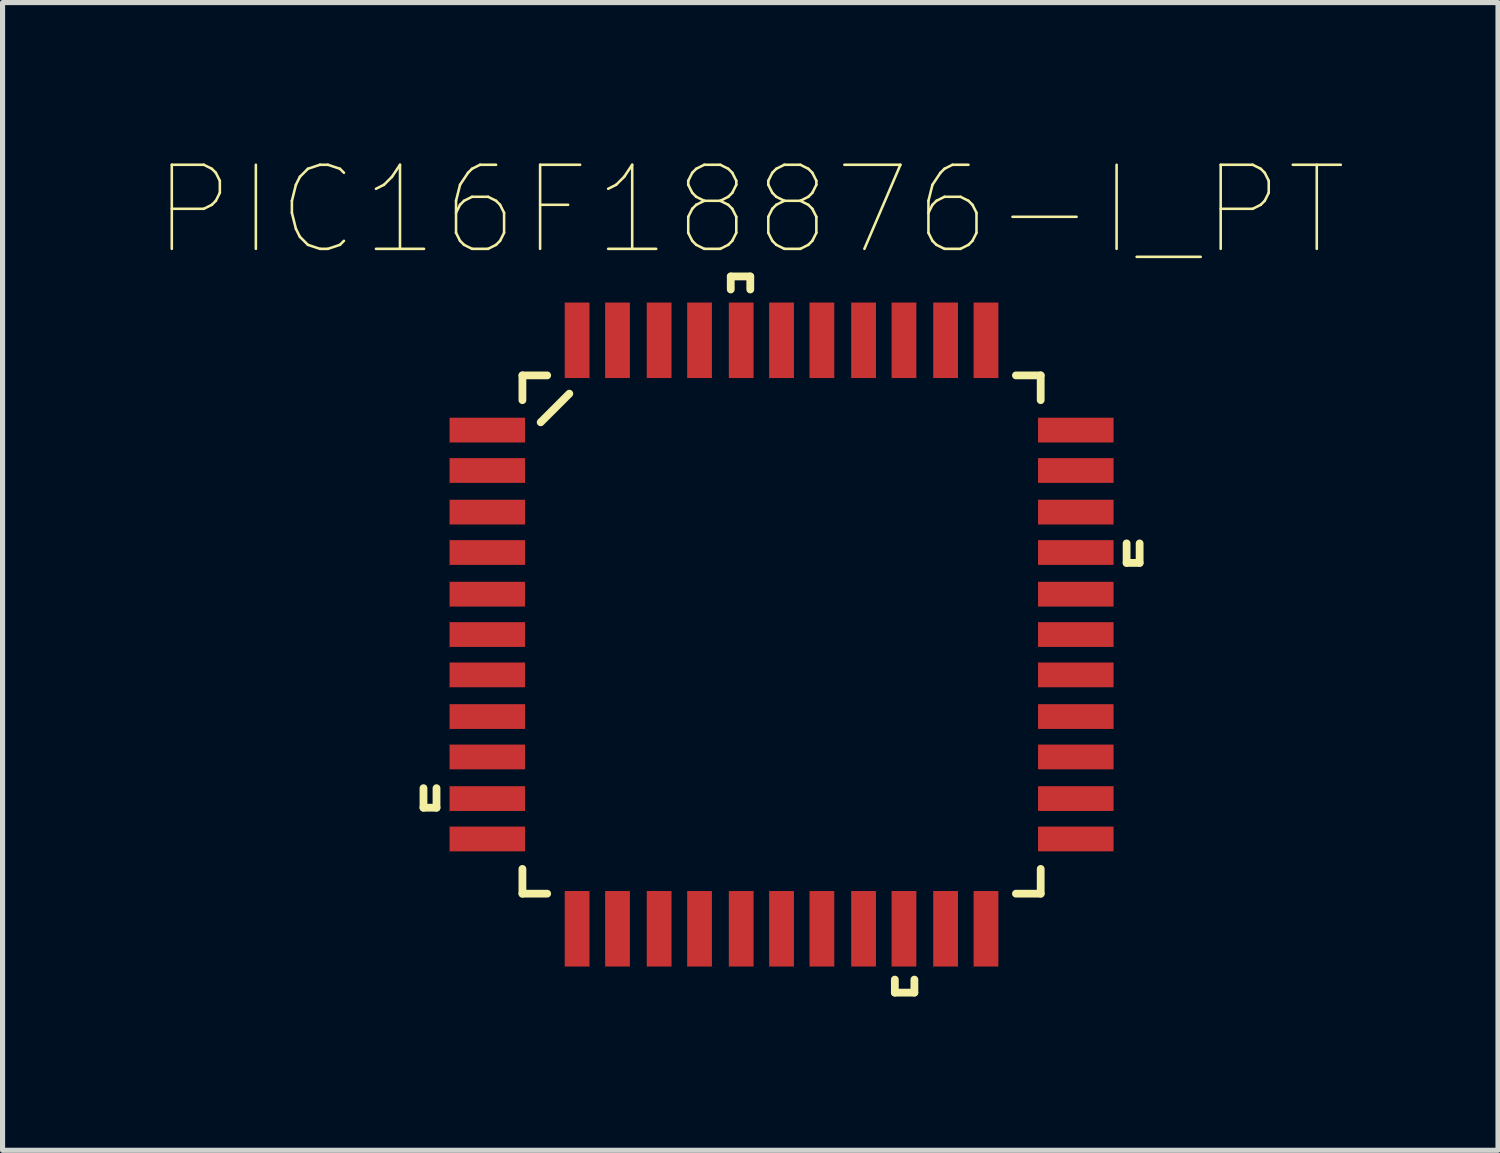
<source format=kicad_pcb>
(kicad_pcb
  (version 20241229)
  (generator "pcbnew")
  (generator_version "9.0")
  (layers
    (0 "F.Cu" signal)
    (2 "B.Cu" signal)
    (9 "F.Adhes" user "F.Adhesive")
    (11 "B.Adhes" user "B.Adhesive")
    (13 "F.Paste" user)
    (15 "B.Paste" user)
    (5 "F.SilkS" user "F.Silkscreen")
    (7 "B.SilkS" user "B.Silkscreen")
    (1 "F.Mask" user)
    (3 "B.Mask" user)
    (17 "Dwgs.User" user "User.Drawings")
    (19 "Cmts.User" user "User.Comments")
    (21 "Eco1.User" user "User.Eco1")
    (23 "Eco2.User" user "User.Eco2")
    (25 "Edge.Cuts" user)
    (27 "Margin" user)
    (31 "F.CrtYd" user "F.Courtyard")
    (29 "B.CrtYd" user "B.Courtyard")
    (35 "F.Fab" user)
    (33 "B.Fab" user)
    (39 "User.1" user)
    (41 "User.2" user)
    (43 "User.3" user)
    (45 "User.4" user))
  (footprint "PIC16F18876-I_PT"
    (layer "F.Cu")
    (at 12.196 9.328)
    (property "Reference" "PIC16F18876-I_PT" (at -0.61 -8.28 0) (layer "F.SilkS") (effects (font (size 1.64 1.64) (thickness 0.05))))
    (attr smd)
    (fp_line (start -6.985 2.997) (end -6.985 3.378) (stroke (width 0.152) (type solid)) (layer "F.SilkS"))
    (fp_line (start -6.985 3.378) (end -6.731 3.378) (stroke (width 0.152) (type solid)) (layer "F.SilkS"))
    (fp_line (start -6.731 3.378) (end -6.731 2.997) (stroke (width 0.152) (type solid)) (layer "F.SilkS"))
    (fp_line (start -5.055 -5.055) (end -5.055 -4.572) (stroke (width 0.152) (type solid)) (layer "F.SilkS"))
    (fp_line (start -5.055 4.572) (end -5.055 5.055) (stroke (width 0.152) (type solid)) (layer "F.SilkS"))
    (fp_line (start -5.055 5.055) (end -4.572 5.055) (stroke (width 0.152) (type solid)) (layer "F.SilkS"))
    (fp_line (start -4.699 -4.14) (end -4.14 -4.699) (stroke (width 0.152) (type solid)) (layer "F.SilkS"))
    (fp_line (start -4.572 -5.055) (end -5.055 -5.055) (stroke (width 0.152) (type solid)) (layer "F.SilkS"))
    (fp_line (start -0.991 -6.985) (end -0.61 -6.985) (stroke (width 0.152) (type solid)) (layer "F.SilkS"))
    (fp_line (start -0.991 -6.731) (end -0.991 -6.985) (stroke (width 0.152) (type solid)) (layer "F.SilkS"))
    (fp_line (start -0.61 -6.985) (end -0.61 -6.731) (stroke (width 0.152) (type solid)) (layer "F.SilkS"))
    (fp_line (start 2.21 6.731) (end 2.21 6.985) (stroke (width 0.152) (type solid)) (layer "F.SilkS"))
    (fp_line (start 2.21 6.985) (end 2.591 6.985) (stroke (width 0.152) (type solid)) (layer "F.SilkS"))
    (fp_line (start 2.591 6.985) (end 2.591 6.731) (stroke (width 0.152) (type solid)) (layer "F.SilkS"))
    (fp_line (start 4.572 5.055) (end 5.055 5.055) (stroke (width 0.152) (type solid)) (layer "F.SilkS"))
    (fp_line (start 5.055 -5.055) (end 4.572 -5.055) (stroke (width 0.152) (type solid)) (layer "F.SilkS"))
    (fp_line (start 5.055 -4.572) (end 5.055 -5.055) (stroke (width 0.152) (type solid)) (layer "F.SilkS"))
    (fp_line (start 5.055 5.055) (end 5.055 4.572) (stroke (width 0.152) (type solid)) (layer "F.SilkS"))
    (fp_line (start 6.731 -1.397) (end 6.731 -1.778) (stroke (width 0.152) (type solid)) (layer "F.SilkS"))
    (fp_line (start 6.985 -1.778) (end 6.985 -1.397) (stroke (width 0.152) (type solid)) (layer "F.SilkS"))
    (fp_line (start 6.985 -1.397) (end 6.731 -1.397) (stroke (width 0.152) (type solid)) (layer "F.SilkS"))
    (fp_line (start -6.121 -4.216) (end -6.121 -3.785) (stroke (width 0.152) (type solid)) (layer "Eco2.User"))
    (fp_line (start -6.121 -3.785) (end -5.055 -3.785) (stroke (width 0.152) (type solid)) (layer "Eco2.User"))
    (fp_line (start -6.121 -3.429) (end -6.121 -2.972) (stroke (width 0.152) (type solid)) (layer "Eco2.User"))
    (fp_line (start -6.121 -2.972) (end -5.055 -2.972) (stroke (width 0.152) (type solid)) (layer "Eco2.User"))
    (fp_line (start -6.121 -2.616) (end -6.121 -2.184) (stroke (width 0.152) (type solid)) (layer "Eco2.User"))
    (fp_line (start -6.121 -2.184) (end -5.055 -2.184) (stroke (width 0.152) (type solid)) (layer "Eco2.User"))
    (fp_line (start -6.121 -1.829) (end -6.121 -1.372) (stroke (width 0.152) (type solid)) (layer "Eco2.User"))
    (fp_line (start -6.121 -1.372) (end -5.055 -1.372) (stroke (width 0.152) (type solid)) (layer "Eco2.User"))
    (fp_line (start -6.121 -1.016) (end -6.121 -0.584) (stroke (width 0.152) (type solid)) (layer "Eco2.User"))
    (fp_line (start -6.121 -0.584) (end -5.055 -0.584) (stroke (width 0.152) (type solid)) (layer "Eco2.User"))
    (fp_line (start -6.121 -0.229) (end -6.121 0.229) (stroke (width 0.152) (type solid)) (layer "Eco2.User"))
    (fp_line (start -6.121 0.229) (end -5.055 0.229) (stroke (width 0.152) (type solid)) (layer "Eco2.User"))
    (fp_line (start -6.121 0.584) (end -6.121 1.016) (stroke (width 0.152) (type solid)) (layer "Eco2.User"))
    (fp_line (start -6.121 1.016) (end -5.055 1.016) (stroke (width 0.152) (type solid)) (layer "Eco2.User"))
    (fp_line (start -6.121 1.372) (end -6.121 1.829) (stroke (width 0.152) (type solid)) (layer "Eco2.User"))
    (fp_line (start -6.121 1.829) (end -5.055 1.829) (stroke (width 0.152) (type solid)) (layer "Eco2.User"))
    (fp_line (start -6.121 2.184) (end -6.121 2.616) (stroke (width 0.152) (type solid)) (layer "Eco2.User"))
    (fp_line (start -6.121 2.616) (end -5.055 2.616) (stroke (width 0.152) (type solid)) (layer "Eco2.User"))
    (fp_line (start -6.121 2.972) (end -6.121 3.429) (stroke (width 0.152) (type solid)) (layer "Eco2.User"))
    (fp_line (start -6.121 3.429) (end -5.055 3.429) (stroke (width 0.152) (type solid)) (layer "Eco2.User"))
    (fp_line (start -6.121 3.785) (end -6.121 4.216) (stroke (width 0.152) (type solid)) (layer "Eco2.User"))
    (fp_line (start -6.121 4.216) (end -5.055 4.216) (stroke (width 0.152) (type solid)) (layer "Eco2.User"))
    (fp_line (start -5.055 -5.055) (end -5.055 5.055) (stroke (width 0.152) (type solid)) (layer "Eco2.User"))
    (fp_line (start -5.055 -4.216) (end -6.121 -4.216) (stroke (width 0.152) (type solid)) (layer "Eco2.User"))
    (fp_line (start -5.055 -3.785) (end -5.055 -4.216) (stroke (width 0.152) (type solid)) (layer "Eco2.User"))
    (fp_line (start -5.055 -3.785) (end -3.785 -5.055) (stroke (width 0.152) (type solid)) (layer "Eco2.User"))
    (fp_line (start -5.055 -3.429) (end -6.121 -3.429) (stroke (width 0.152) (type solid)) (layer "Eco2.User"))
    (fp_line (start -5.055 -2.972) (end -5.055 -3.429) (stroke (width 0.152) (type solid)) (layer "Eco2.User"))
    (fp_line (start -5.055 -2.616) (end -6.121 -2.616) (stroke (width 0.152) (type solid)) (layer "Eco2.User"))
    (fp_line (start -5.055 -2.184) (end -5.055 -2.616) (stroke (width 0.152) (type solid)) (layer "Eco2.User"))
    (fp_line (start -5.055 -1.829) (end -6.121 -1.829) (stroke (width 0.152) (type solid)) (layer "Eco2.User"))
    (fp_line (start -5.055 -1.372) (end -5.055 -1.829) (stroke (width 0.152) (type solid)) (layer "Eco2.User"))
    (fp_line (start -5.055 -1.016) (end -6.121 -1.016) (stroke (width 0.152) (type solid)) (layer "Eco2.User"))
    (fp_line (start -5.055 -0.584) (end -5.055 -1.016) (stroke (width 0.152) (type solid)) (layer "Eco2.User"))
    (fp_line (start -5.055 -0.229) (end -6.121 -0.229) (stroke (width 0.152) (type solid)) (layer "Eco2.User"))
    (fp_line (start -5.055 0.229) (end -5.055 -0.229) (stroke (width 0.152) (type solid)) (layer "Eco2.User"))
    (fp_line (start -5.055 0.584) (end -6.121 0.584) (stroke (width 0.152) (type solid)) (layer "Eco2.User"))
    (fp_line (start -5.055 1.016) (end -5.055 0.584) (stroke (width 0.152) (type solid)) (layer "Eco2.User"))
    (fp_line (start -5.055 1.372) (end -6.121 1.372) (stroke (width 0.152) (type solid)) (layer "Eco2.User"))
    (fp_line (start -5.055 1.829) (end -5.055 1.372) (stroke (width 0.152) (type solid)) (layer "Eco2.User"))
    (fp_line (start -5.055 2.184) (end -6.121 2.184) (stroke (width 0.152) (type solid)) (layer "Eco2.User"))
    (fp_line (start -5.055 2.616) (end -5.055 2.184) (stroke (width 0.152) (type solid)) (layer "Eco2.User"))
    (fp_line (start -5.055 2.972) (end -6.121 2.972) (stroke (width 0.152) (type solid)) (layer "Eco2.User"))
    (fp_line (start -5.055 3.429) (end -5.055 2.972) (stroke (width 0.152) (type solid)) (layer "Eco2.User"))
    (fp_line (start -5.055 3.785) (end -6.121 3.785) (stroke (width 0.152) (type solid)) (layer "Eco2.User"))
    (fp_line (start -5.055 4.216) (end -5.055 3.785) (stroke (width 0.152) (type solid)) (layer "Eco2.User"))
    (fp_line (start -5.055 5.055) (end 5.055 5.055) (stroke (width 0.152) (type solid)) (layer "Eco2.User"))
    (fp_line (start -4.216 -6.121) (end -4.216 -5.055) (stroke (width 0.152) (type solid)) (layer "Eco2.User"))
    (fp_line (start -4.216 -5.055) (end -3.785 -5.055) (stroke (width 0.152) (type solid)) (layer "Eco2.User"))
    (fp_line (start -4.216 5.055) (end -4.216 6.121) (stroke (width 0.152) (type solid)) (layer "Eco2.User"))
    (fp_line (start -4.216 6.121) (end -3.785 6.121) (stroke (width 0.152) (type solid)) (layer "Eco2.User"))
    (fp_line (start -3.785 -6.121) (end -4.216 -6.121) (stroke (width 0.152) (type solid)) (layer "Eco2.User"))
    (fp_line (start -3.785 -5.055) (end -3.785 -6.121) (stroke (width 0.152) (type solid)) (layer "Eco2.User"))
    (fp_line (start -3.785 5.055) (end -4.216 5.055) (stroke (width 0.152) (type solid)) (layer "Eco2.User"))
    (fp_line (start -3.785 6.121) (end -3.785 5.055) (stroke (width 0.152) (type solid)) (layer "Eco2.User"))
    (fp_line (start -3.429 -6.121) (end -3.429 -5.055) (stroke (width 0.152) (type solid)) (layer "Eco2.User"))
    (fp_line (start -3.429 -5.055) (end -2.972 -5.055) (stroke (width 0.152) (type solid)) (layer "Eco2.User"))
    (fp_line (start -3.429 5.055) (end -3.429 6.121) (stroke (width 0.152) (type solid)) (layer "Eco2.User"))
    (fp_line (start -3.429 6.121) (end -2.972 6.121) (stroke (width 0.152) (type solid)) (layer "Eco2.User"))
    (fp_line (start -2.972 -6.121) (end -3.429 -6.121) (stroke (width 0.152) (type solid)) (layer "Eco2.User"))
    (fp_line (start -2.972 -5.055) (end -2.972 -6.121) (stroke (width 0.152) (type solid)) (layer "Eco2.User"))
    (fp_line (start -2.972 5.055) (end -3.429 5.055) (stroke (width 0.152) (type solid)) (layer "Eco2.User"))
    (fp_line (start -2.972 6.121) (end -2.972 5.055) (stroke (width 0.152) (type solid)) (layer "Eco2.User"))
    (fp_line (start -2.616 -6.121) (end -2.616 -5.055) (stroke (width 0.152) (type solid)) (layer "Eco2.User"))
    (fp_line (start -2.616 -5.055) (end -2.184 -5.055) (stroke (width 0.152) (type solid)) (layer "Eco2.User"))
    (fp_line (start -2.616 5.055) (end -2.616 6.121) (stroke (width 0.152) (type solid)) (layer "Eco2.User"))
    (fp_line (start -2.616 6.121) (end -2.184 6.121) (stroke (width 0.152) (type solid)) (layer "Eco2.User"))
    (fp_line (start -2.184 -6.121) (end -2.616 -6.121) (stroke (width 0.152) (type solid)) (layer "Eco2.User"))
    (fp_line (start -2.184 -5.055) (end -2.184 -6.121) (stroke (width 0.152) (type solid)) (layer "Eco2.User"))
    (fp_line (start -2.184 5.055) (end -2.616 5.055) (stroke (width 0.152) (type solid)) (layer "Eco2.User"))
    (fp_line (start -2.184 6.121) (end -2.184 5.055) (stroke (width 0.152) (type solid)) (layer "Eco2.User"))
    (fp_line (start -1.829 -6.121) (end -1.829 -5.055) (stroke (width 0.152) (type solid)) (layer "Eco2.User"))
    (fp_line (start -1.829 -5.055) (end -1.372 -5.055) (stroke (width 0.152) (type solid)) (layer "Eco2.User"))
    (fp_line (start -1.829 5.055) (end -1.829 6.121) (stroke (width 0.152) (type solid)) (layer "Eco2.User"))
    (fp_line (start -1.829 6.121) (end -1.372 6.121) (stroke (width 0.152) (type solid)) (layer "Eco2.User"))
    (fp_line (start -1.372 -6.121) (end -1.829 -6.121) (stroke (width 0.152) (type solid)) (layer "Eco2.User"))
    (fp_line (start -1.372 -5.055) (end -1.372 -6.121) (stroke (width 0.152) (type solid)) (layer "Eco2.User"))
    (fp_line (start -1.372 5.055) (end -1.829 5.055) (stroke (width 0.152) (type solid)) (layer "Eco2.User"))
    (fp_line (start -1.372 6.121) (end -1.372 5.055) (stroke (width 0.152) (type solid)) (layer "Eco2.User"))
    (fp_line (start -1.016 -6.121) (end -1.016 -5.055) (stroke (width 0.152) (type solid)) (layer "Eco2.User"))
    (fp_line (start -1.016 -5.055) (end -0.584 -5.055) (stroke (width 0.152) (type solid)) (layer "Eco2.User"))
    (fp_line (start -1.016 5.055) (end -1.016 6.121) (stroke (width 0.152) (type solid)) (layer "Eco2.User"))
    (fp_line (start -1.016 6.121) (end -0.584 6.121) (stroke (width 0.152) (type solid)) (layer "Eco2.User"))
    (fp_line (start -0.584 -6.121) (end -1.016 -6.121) (stroke (width 0.152) (type solid)) (layer "Eco2.User"))
    (fp_line (start -0.584 -5.055) (end -0.584 -6.121) (stroke (width 0.152) (type solid)) (layer "Eco2.User"))
    (fp_line (start -0.584 5.055) (end -1.016 5.055) (stroke (width 0.152) (type solid)) (layer "Eco2.User"))
    (fp_line (start -0.584 6.121) (end -0.584 5.055) (stroke (width 0.152) (type solid)) (layer "Eco2.User"))
    (fp_line (start -0.229 -6.121) (end -0.229 -5.055) (stroke (width 0.152) (type solid)) (layer "Eco2.User"))
    (fp_line (start -0.229 -5.055) (end 0.229 -5.055) (stroke (width 0.152) (type solid)) (layer "Eco2.User"))
    (fp_line (start -0.229 5.055) (end -0.229 6.121) (stroke (width 0.152) (type solid)) (layer "Eco2.User"))
    (fp_line (start -0.229 6.121) (end 0.229 6.121) (stroke (width 0.152) (type solid)) (layer "Eco2.User"))
    (fp_line (start 0.229 -6.121) (end -0.229 -6.121) (stroke (width 0.152) (type solid)) (layer "Eco2.User"))
    (fp_line (start 0.229 -5.055) (end 0.229 -6.121) (stroke (width 0.152) (type solid)) (layer "Eco2.User"))
    (fp_line (start 0.229 5.055) (end -0.229 5.055) (stroke (width 0.152) (type solid)) (layer "Eco2.User"))
    (fp_line (start 0.229 6.121) (end 0.229 5.055) (stroke (width 0.152) (type solid)) (layer "Eco2.User"))
    (fp_line (start 0.584 -6.121) (end 0.584 -5.055) (stroke (width 0.152) (type solid)) (layer "Eco2.User"))
    (fp_line (start 0.584 -5.055) (end 1.016 -5.055) (stroke (width 0.152) (type solid)) (layer "Eco2.User"))
    (fp_line (start 0.584 5.055) (end 0.584 6.121) (stroke (width 0.152) (type solid)) (layer "Eco2.User"))
    (fp_line (start 0.584 6.121) (end 1.016 6.121) (stroke (width 0.152) (type solid)) (layer "Eco2.User"))
    (fp_line (start 1.016 -6.121) (end 0.584 -6.121) (stroke (width 0.152) (type solid)) (layer "Eco2.User"))
    (fp_line (start 1.016 -5.055) (end 1.016 -6.121) (stroke (width 0.152) (type solid)) (layer "Eco2.User"))
    (fp_line (start 1.016 5.055) (end 0.584 5.055) (stroke (width 0.152) (type solid)) (layer "Eco2.User"))
    (fp_line (start 1.016 6.121) (end 1.016 5.055) (stroke (width 0.152) (type solid)) (layer "Eco2.User"))
    (fp_line (start 1.372 -6.121) (end 1.372 -5.055) (stroke (width 0.152) (type solid)) (layer "Eco2.User"))
    (fp_line (start 1.372 -5.055) (end 1.829 -5.055) (stroke (width 0.152) (type solid)) (layer "Eco2.User"))
    (fp_line (start 1.372 5.055) (end 1.372 6.121) (stroke (width 0.152) (type solid)) (layer "Eco2.User"))
    (fp_line (start 1.372 6.121) (end 1.829 6.121) (stroke (width 0.152) (type solid)) (layer "Eco2.User"))
    (fp_line (start 1.829 -6.121) (end 1.372 -6.121) (stroke (width 0.152) (type solid)) (layer "Eco2.User"))
    (fp_line (start 1.829 -5.055) (end 1.829 -6.121) (stroke (width 0.152) (type solid)) (layer "Eco2.User"))
    (fp_line (start 1.829 5.055) (end 1.372 5.055) (stroke (width 0.152) (type solid)) (layer "Eco2.User"))
    (fp_line (start 1.829 6.121) (end 1.829 5.055) (stroke (width 0.152) (type solid)) (layer "Eco2.User"))
    (fp_line (start 2.184 -6.121) (end 2.184 -5.055) (stroke (width 0.152) (type solid)) (layer "Eco2.User"))
    (fp_line (start 2.184 -5.055) (end 2.616 -5.055) (stroke (width 0.152) (type solid)) (layer "Eco2.User"))
    (fp_line (start 2.184 5.055) (end 2.184 6.121) (stroke (width 0.152) (type solid)) (layer "Eco2.User"))
    (fp_line (start 2.184 6.121) (end 2.616 6.121) (stroke (width 0.152) (type solid)) (layer "Eco2.User"))
    (fp_line (start 2.616 -6.121) (end 2.184 -6.121) (stroke (width 0.152) (type solid)) (layer "Eco2.User"))
    (fp_line (start 2.616 -5.055) (end 2.616 -6.121) (stroke (width 0.152) (type solid)) (layer "Eco2.User"))
    (fp_line (start 2.616 5.055) (end 2.184 5.055) (stroke (width 0.152) (type solid)) (layer "Eco2.User"))
    (fp_line (start 2.616 6.121) (end 2.616 5.055) (stroke (width 0.152) (type solid)) (layer "Eco2.User"))
    (fp_line (start 2.972 -6.121) (end 2.972 -5.055) (stroke (width 0.152) (type solid)) (layer "Eco2.User"))
    (fp_line (start 2.972 -5.055) (end 3.429 -5.055) (stroke (width 0.152) (type solid)) (layer "Eco2.User"))
    (fp_line (start 2.972 5.055) (end 2.972 6.121) (stroke (width 0.152) (type solid)) (layer "Eco2.User"))
    (fp_line (start 2.972 6.121) (end 3.429 6.121) (stroke (width 0.152) (type solid)) (layer "Eco2.User"))
    (fp_line (start 3.429 -6.121) (end 2.972 -6.121) (stroke (width 0.152) (type solid)) (layer "Eco2.User"))
    (fp_line (start 3.429 -5.055) (end 3.429 -6.121) (stroke (width 0.152) (type solid)) (layer "Eco2.User"))
    (fp_line (start 3.429 5.055) (end 2.972 5.055) (stroke (width 0.152) (type solid)) (layer "Eco2.User"))
    (fp_line (start 3.429 6.121) (end 3.429 5.055) (stroke (width 0.152) (type solid)) (layer "Eco2.User"))
    (fp_line (start 3.785 -6.121) (end 3.785 -5.055) (stroke (width 0.152) (type solid)) (layer "Eco2.User"))
    (fp_line (start 3.785 -5.055) (end 4.216 -5.055) (stroke (width 0.152) (type solid)) (layer "Eco2.User"))
    (fp_line (start 3.785 5.055) (end 3.785 6.121) (stroke (width 0.152) (type solid)) (layer "Eco2.User"))
    (fp_line (start 3.785 6.121) (end 4.216 6.121) (stroke (width 0.152) (type solid)) (layer "Eco2.User"))
    (fp_line (start 4.216 -6.121) (end 3.785 -6.121) (stroke (width 0.152) (type solid)) (layer "Eco2.User"))
    (fp_line (start 4.216 -5.055) (end 4.216 -6.121) (stroke (width 0.152) (type solid)) (layer "Eco2.User"))
    (fp_line (start 4.216 5.055) (end 3.785 5.055) (stroke (width 0.152) (type solid)) (layer "Eco2.User"))
    (fp_line (start 4.216 6.121) (end 4.216 5.055) (stroke (width 0.152) (type solid)) (layer "Eco2.User"))
    (fp_line (start 5.055 -5.055) (end -5.055 -5.055) (stroke (width 0.152) (type solid)) (layer "Eco2.User"))
    (fp_line (start 5.055 -4.216) (end 5.055 -3.785) (stroke (width 0.152) (type solid)) (layer "Eco2.User"))
    (fp_line (start 5.055 -3.785) (end 6.121 -3.785) (stroke (width 0.152) (type solid)) (layer "Eco2.User"))
    (fp_line (start 5.055 -3.429) (end 5.055 -2.972) (stroke (width 0.152) (type solid)) (layer "Eco2.User"))
    (fp_line (start 5.055 -2.972) (end 6.121 -2.972) (stroke (width 0.152) (type solid)) (layer "Eco2.User"))
    (fp_line (start 5.055 -2.616) (end 5.055 -2.184) (stroke (width 0.152) (type solid)) (layer "Eco2.User"))
    (fp_line (start 5.055 -2.184) (end 6.121 -2.184) (stroke (width 0.152) (type solid)) (layer "Eco2.User"))
    (fp_line (start 5.055 -1.829) (end 5.055 -1.372) (stroke (width 0.152) (type solid)) (layer "Eco2.User"))
    (fp_line (start 5.055 -1.372) (end 6.121 -1.372) (stroke (width 0.152) (type solid)) (layer "Eco2.User"))
    (fp_line (start 5.055 -1.016) (end 5.055 -0.584) (stroke (width 0.152) (type solid)) (layer "Eco2.User"))
    (fp_line (start 5.055 -0.584) (end 6.121 -0.584) (stroke (width 0.152) (type solid)) (layer "Eco2.User"))
    (fp_line (start 5.055 -0.229) (end 5.055 0.229) (stroke (width 0.152) (type solid)) (layer "Eco2.User"))
    (fp_line (start 5.055 0.229) (end 6.121 0.229) (stroke (width 0.152) (type solid)) (layer "Eco2.User"))
    (fp_line (start 5.055 0.584) (end 5.055 1.016) (stroke (width 0.152) (type solid)) (layer "Eco2.User"))
    (fp_line (start 5.055 1.016) (end 6.121 1.016) (stroke (width 0.152) (type solid)) (layer "Eco2.User"))
    (fp_line (start 5.055 1.372) (end 5.055 1.829) (stroke (width 0.152) (type solid)) (layer "Eco2.User"))
    (fp_line (start 5.055 1.829) (end 6.121 1.829) (stroke (width 0.152) (type solid)) (layer "Eco2.User"))
    (fp_line (start 5.055 2.184) (end 5.055 2.616) (stroke (width 0.152) (type solid)) (layer "Eco2.User"))
    (fp_line (start 5.055 2.616) (end 6.121 2.616) (stroke (width 0.152) (type solid)) (layer "Eco2.User"))
    (fp_line (start 5.055 2.972) (end 5.055 3.429) (stroke (width 0.152) (type solid)) (layer "Eco2.User"))
    (fp_line (start 5.055 3.429) (end 6.121 3.429) (stroke (width 0.152) (type solid)) (layer "Eco2.User"))
    (fp_line (start 5.055 3.785) (end 5.055 4.216) (stroke (width 0.152) (type solid)) (layer "Eco2.User"))
    (fp_line (start 5.055 4.216) (end 6.121 4.216) (stroke (width 0.152) (type solid)) (layer "Eco2.User"))
    (fp_line (start 5.055 5.055) (end 5.055 -5.055) (stroke (width 0.152) (type solid)) (layer "Eco2.User"))
    (fp_line (start 6.121 -4.216) (end 5.055 -4.216) (stroke (width 0.152) (type solid)) (layer "Eco2.User"))
    (fp_line (start 6.121 -3.785) (end 6.121 -4.216) (stroke (width 0.152) (type solid)) (layer "Eco2.User"))
    (fp_line (start 6.121 -3.429) (end 5.055 -3.429) (stroke (width 0.152) (type solid)) (layer "Eco2.User"))
    (fp_line (start 6.121 -2.972) (end 6.121 -3.429) (stroke (width 0.152) (type solid)) (layer "Eco2.User"))
    (fp_line (start 6.121 -2.616) (end 5.055 -2.616) (stroke (width 0.152) (type solid)) (layer "Eco2.User"))
    (fp_line (start 6.121 -2.184) (end 6.121 -2.616) (stroke (width 0.152) (type solid)) (layer "Eco2.User"))
    (fp_line (start 6.121 -1.829) (end 5.055 -1.829) (stroke (width 0.152) (type solid)) (layer "Eco2.User"))
    (fp_line (start 6.121 -1.372) (end 6.121 -1.829) (stroke (width 0.152) (type solid)) (layer "Eco2.User"))
    (fp_line (start 6.121 -1.016) (end 5.055 -1.016) (stroke (width 0.152) (type solid)) (layer "Eco2.User"))
    (fp_line (start 6.121 -0.584) (end 6.121 -1.016) (stroke (width 0.152) (type solid)) (layer "Eco2.User"))
    (fp_line (start 6.121 -0.229) (end 5.055 -0.229) (stroke (width 0.152) (type solid)) (layer "Eco2.User"))
    (fp_line (start 6.121 0.229) (end 6.121 -0.229) (stroke (width 0.152) (type solid)) (layer "Eco2.User"))
    (fp_line (start 6.121 0.584) (end 5.055 0.584) (stroke (width 0.152) (type solid)) (layer "Eco2.User"))
    (fp_line (start 6.121 1.016) (end 6.121 0.584) (stroke (width 0.152) (type solid)) (layer "Eco2.User"))
    (fp_line (start 6.121 1.372) (end 5.055 1.372) (stroke (width 0.152) (type solid)) (layer "Eco2.User"))
    (fp_line (start 6.121 1.829) (end 6.121 1.372) (stroke (width 0.152) (type solid)) (layer "Eco2.User"))
    (fp_line (start 6.121 2.184) (end 5.055 2.184) (stroke (width 0.152) (type solid)) (layer "Eco2.User"))
    (fp_line (start 6.121 2.616) (end 6.121 2.184) (stroke (width 0.152) (type solid)) (layer "Eco2.User"))
    (fp_line (start 6.121 2.972) (end 5.055 2.972) (stroke (width 0.152) (type solid)) (layer "Eco2.User"))
    (fp_line (start 6.121 3.429) (end 6.121 2.972) (stroke (width 0.152) (type solid)) (layer "Eco2.User"))
    (fp_line (start 6.121 3.785) (end 5.055 3.785) (stroke (width 0.152) (type solid)) (layer "Eco2.User"))
    (fp_line (start 6.121 4.216) (end 6.121 3.785) (stroke (width 0.152) (type solid)) (layer "Eco2.User"))
    (pad "1" smd rect (at -5.74 -3.988 270) (size 0.483 1.473) (layers "F.Cu" "F.Mask" "F.Paste"))
    (pad "2" smd rect (at -5.74 -3.2 270) (size 0.483 1.473) (layers "F.Cu" "F.Mask" "F.Paste"))
    (pad "3" smd rect (at -5.74 -2.388 270) (size 0.483 1.473) (layers "F.Cu" "F.Mask" "F.Paste"))
    (pad "4" smd rect (at -5.74 -1.6 270) (size 0.483 1.473) (layers "F.Cu" "F.Mask" "F.Paste"))
    (pad "5" smd rect (at -5.74 -0.787 270) (size 0.483 1.473) (layers "F.Cu" "F.Mask" "F.Paste"))
    (pad "6" smd rect (at -5.74 0 270) (size 0.483 1.473) (layers "F.Cu" "F.Mask" "F.Paste"))
    (pad "7" smd rect (at -5.74 0.787 270) (size 0.483 1.473) (layers "F.Cu" "F.Mask" "F.Paste"))
    (pad "8" smd rect (at -5.74 1.6 270) (size 0.483 1.473) (layers "F.Cu" "F.Mask" "F.Paste"))
    (pad "9" smd rect (at -5.74 2.388 270) (size 0.483 1.473) (layers "F.Cu" "F.Mask" "F.Paste"))
    (pad "10" smd rect (at -5.74 3.2 270) (size 0.483 1.473) (layers "F.Cu" "F.Mask" "F.Paste"))
    (pad "11" smd rect (at -5.74 3.988 270) (size 0.483 1.473) (layers "F.Cu" "F.Mask" "F.Paste"))
    (pad "12" smd rect (at -3.988 5.74 180) (size 0.483 1.473) (layers "F.Cu" "F.Mask" "F.Paste"))
    (pad "13" smd rect (at -3.2 5.74 180) (size 0.483 1.473) (layers "F.Cu" "F.Mask" "F.Paste"))
    (pad "14" smd rect (at -2.388 5.74 180) (size 0.483 1.473) (layers "F.Cu" "F.Mask" "F.Paste"))
    (pad "15" smd rect (at -1.6 5.74 180) (size 0.483 1.473) (layers "F.Cu" "F.Mask" "F.Paste"))
    (pad "16" smd rect (at -0.787 5.74 180) (size 0.483 1.473) (layers "F.Cu" "F.Mask" "F.Paste"))
    (pad "17" smd rect (at 0 5.74 180) (size 0.483 1.473) (layers "F.Cu" "F.Mask" "F.Paste"))
    (pad "18" smd rect (at 0.787 5.74 180) (size 0.483 1.473) (layers "F.Cu" "F.Mask" "F.Paste"))
    (pad "19" smd rect (at 1.6 5.74 180) (size 0.483 1.473) (layers "F.Cu" "F.Mask" "F.Paste"))
    (pad "20" smd rect (at 2.388 5.74 180) (size 0.483 1.473) (layers "F.Cu" "F.Mask" "F.Paste"))
    (pad "21" smd rect (at 3.2 5.74 180) (size 0.483 1.473) (layers "F.Cu" "F.Mask" "F.Paste"))
    (pad "22" smd rect (at 3.988 5.74 180) (size 0.483 1.473) (layers "F.Cu" "F.Mask" "F.Paste"))
    (pad "23" smd rect (at 5.74 3.988 270) (size 0.483 1.473) (layers "F.Cu" "F.Mask" "F.Paste"))
    (pad "24" smd rect (at 5.74 3.2 270) (size 0.483 1.473) (layers "F.Cu" "F.Mask" "F.Paste"))
    (pad "25" smd rect (at 5.74 2.388 270) (size 0.483 1.473) (layers "F.Cu" "F.Mask" "F.Paste"))
    (pad "26" smd rect (at 5.74 1.6 270) (size 0.483 1.473) (layers "F.Cu" "F.Mask" "F.Paste"))
    (pad "27" smd rect (at 5.74 0.787 270) (size 0.483 1.473) (layers "F.Cu" "F.Mask" "F.Paste"))
    (pad "28" smd rect (at 5.74 0 270) (size 0.483 1.473) (layers "F.Cu" "F.Mask" "F.Paste"))
    (pad "29" smd rect (at 5.74 -0.787 270) (size 0.483 1.473) (layers "F.Cu" "F.Mask" "F.Paste"))
    (pad "30" smd rect (at 5.74 -1.6 270) (size 0.483 1.473) (layers "F.Cu" "F.Mask" "F.Paste"))
    (pad "31" smd rect (at 5.74 -2.388 270) (size 0.483 1.473) (layers "F.Cu" "F.Mask" "F.Paste"))
    (pad "32" smd rect (at 5.74 -3.2 270) (size 0.483 1.473) (layers "F.Cu" "F.Mask" "F.Paste"))
    (pad "33" smd rect (at 5.74 -3.988 270) (size 0.483 1.473) (layers "F.Cu" "F.Mask" "F.Paste"))
    (pad "34" smd rect (at 3.988 -5.74 180) (size 0.483 1.473) (layers "F.Cu" "F.Mask" "F.Paste"))
    (pad "35" smd rect (at 3.2 -5.74 180) (size 0.483 1.473) (layers "F.Cu" "F.Mask" "F.Paste"))
    (pad "36" smd rect (at 2.388 -5.74 180) (size 0.483 1.473) (layers "F.Cu" "F.Mask" "F.Paste"))
    (pad "37" smd rect (at 1.6 -5.74 180) (size 0.483 1.473) (layers "F.Cu" "F.Mask" "F.Paste"))
    (pad "38" smd rect (at 0.787 -5.74 180) (size 0.483 1.473) (layers "F.Cu" "F.Mask" "F.Paste"))
    (pad "39" smd rect (at 0 -5.74 180) (size 0.483 1.473) (layers "F.Cu" "F.Mask" "F.Paste"))
    (pad "40" smd rect (at -0.787 -5.74 180) (size 0.483 1.473) (layers "F.Cu" "F.Mask" "F.Paste"))
    (pad "41" smd rect (at -1.6 -5.74 180) (size 0.483 1.473) (layers "F.Cu" "F.Mask" "F.Paste"))
    (pad "42" smd rect (at -2.388 -5.74 180) (size 0.483 1.473) (layers "F.Cu" "F.Mask" "F.Paste"))
    (pad "43" smd rect (at -3.2 -5.74 180) (size 0.483 1.473) (layers "F.Cu" "F.Mask" "F.Paste"))
    (pad "44" smd rect (at -3.988 -5.74 180) (size 0.483 1.473) (layers "F.Cu" "F.Mask" "F.Paste")))
  (gr_rect
    (start -3 -3)
    (end 26.172 19.389)
    (stroke (width 0.1) (type default))
    (fill no)
    (layer "Edge.Cuts")))
</source>
